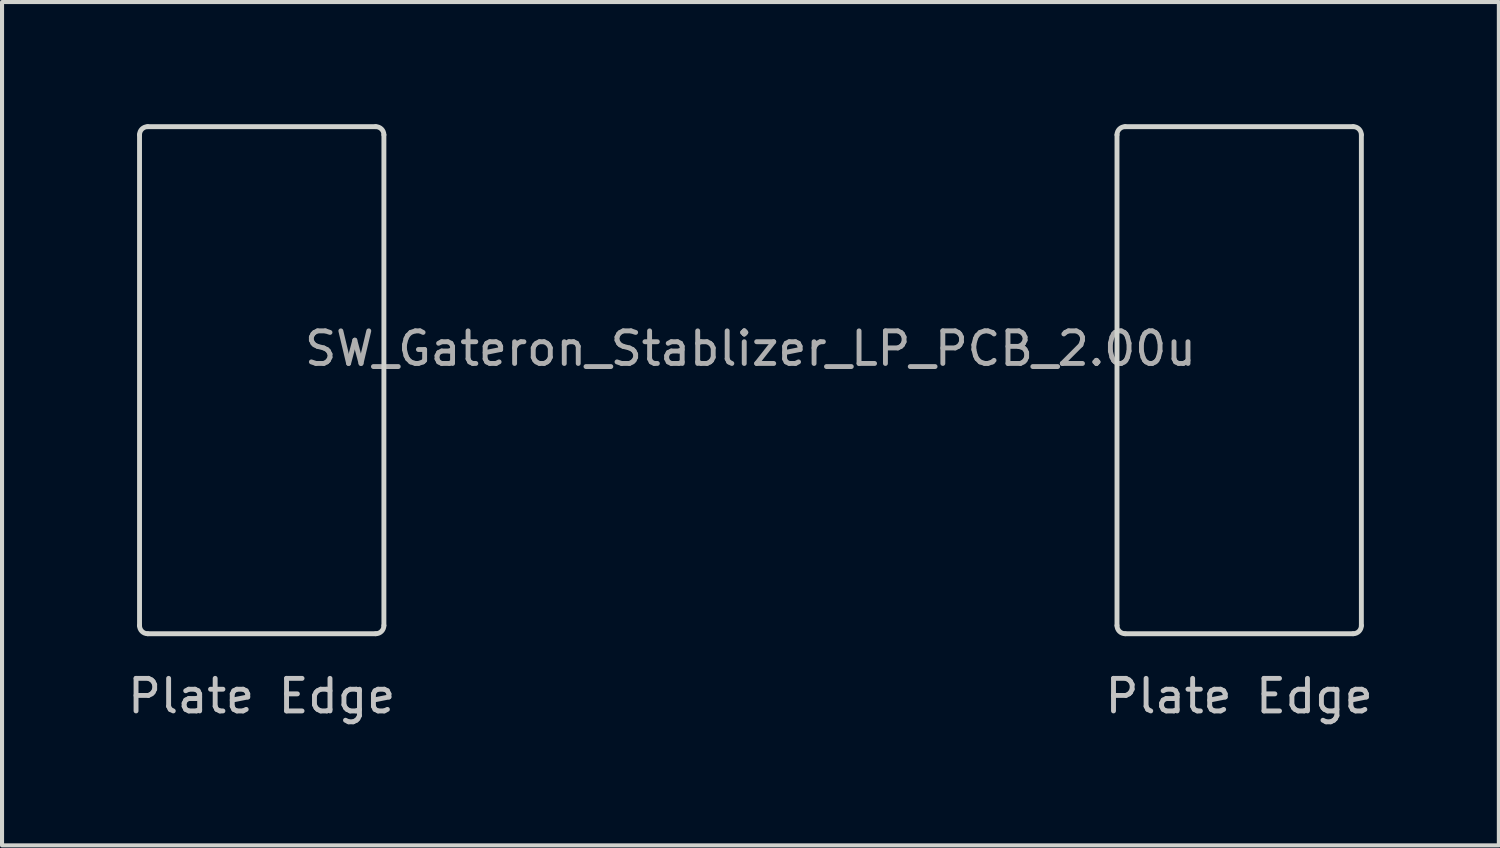
<source format=kicad_pcb>
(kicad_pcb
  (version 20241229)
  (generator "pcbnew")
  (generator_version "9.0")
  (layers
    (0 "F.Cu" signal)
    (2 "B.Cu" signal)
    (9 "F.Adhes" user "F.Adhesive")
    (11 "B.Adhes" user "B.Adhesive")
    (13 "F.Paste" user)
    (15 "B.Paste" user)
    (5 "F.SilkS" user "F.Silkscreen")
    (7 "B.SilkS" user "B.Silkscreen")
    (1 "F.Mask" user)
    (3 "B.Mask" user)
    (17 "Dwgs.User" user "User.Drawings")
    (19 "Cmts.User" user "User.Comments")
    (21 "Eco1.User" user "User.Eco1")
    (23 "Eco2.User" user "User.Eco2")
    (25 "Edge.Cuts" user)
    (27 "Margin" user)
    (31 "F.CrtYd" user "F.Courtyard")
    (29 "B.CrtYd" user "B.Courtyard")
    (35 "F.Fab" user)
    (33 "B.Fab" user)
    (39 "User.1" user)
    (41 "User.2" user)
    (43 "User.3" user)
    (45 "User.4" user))
  (footprint "SW_Gateron_Stablizer_LP_PCB_2.00u"
    (layer "F.Cu")
    (at 15.376 5.51)
    (property "Reference" "SW_Gateron_Stablizer_LP_PCB_2.00u" (at 0 0 0) (layer "F.Fab") (effects (font (size 0.8 0.8) (thickness 0.12))))
    (attr smd)
    (fp_line (start -15 -5.25) (end -15 6.8) (stroke (width 0.12) (type default)) (layer "Edge.Cuts"))
    (fp_line (start -14.8 7) (end -9.2 7) (stroke (width 0.12) (type default)) (layer "Edge.Cuts"))
    (fp_line (start -9.2 -5.45) (end -14.8 -5.45) (stroke (width 0.12) (type default)) (layer "Edge.Cuts"))
    (fp_line (start -9 -5.25) (end -9 6.8) (stroke (width 0.12) (type default)) (layer "Edge.Cuts"))
    (fp_line (start 9 -5.25) (end 9 6.8) (stroke (width 0.12) (type default)) (layer "Edge.Cuts"))
    (fp_line (start 9.2 7) (end 14.8 7) (stroke (width 0.12) (type default)) (layer "Edge.Cuts"))
    (fp_line (start 14.8 -5.45) (end 9.2 -5.45) (stroke (width 0.12) (type default)) (layer "Edge.Cuts"))
    (fp_line (start 15 -5.25) (end 15 6.8) (stroke (width 0.12) (type default)) (layer "Edge.Cuts"))
    (fp_arc (start -15 -5.25) (mid -14.941421 -5.391421) (end -14.8 -5.45) (stroke (width 0.12) (type default)) (layer "Edge.Cuts"))
    (fp_arc (start -14.8 7) (mid -14.941421 6.941421) (end -15 6.8) (stroke (width 0.12) (type default)) (layer "Edge.Cuts"))
    (fp_arc (start -9.2 -5.45) (mid -9.058579 -5.391421) (end -9 -5.25) (stroke (width 0.12) (type default)) (layer "Edge.Cuts"))
    (fp_arc (start -9 6.8) (mid -9.058579 6.941421) (end -9.2 7) (stroke (width 0.12) (type default)) (layer "Edge.Cuts"))
    (fp_arc (start 9 -5.25) (mid 9.058579 -5.391421) (end 9.2 -5.45) (stroke (width 0.12) (type default)) (layer "Edge.Cuts"))
    (fp_arc (start 9.2 7) (mid 9.058579 6.941421) (end 9 6.8) (stroke (width 0.12) (type default)) (layer "Edge.Cuts"))
    (fp_arc (start 14.8 -5.45) (mid 14.941421 -5.391421) (end 15 -5.25) (stroke (width 0.12) (type default)) (layer "Edge.Cuts"))
    (fp_arc (start 15 6.8) (mid 14.941421 6.941421) (end 14.8 7) (stroke (width 0.12) (type default)) (layer "Edge.Cuts"))
    (fp_text user "Plate Edge" (at -12 9 0) (unlocked yes) (layer "Dwgs.User") (effects (font (size 0.8 0.8) (thickness 0.12)) (justify bottom)))
    (fp_text user "Plate Edge" (at 12 9 0) (unlocked yes) (layer "Dwgs.User") (effects (font (size 0.8 0.8) (thickness 0.12)) (justify bottom))))
  (gr_rect
    (start -3 -3)
    (end 33.752 17.707)
    (stroke (width 0.1) (type default))
    (fill no)
    (layer "Edge.Cuts")))
</source>
